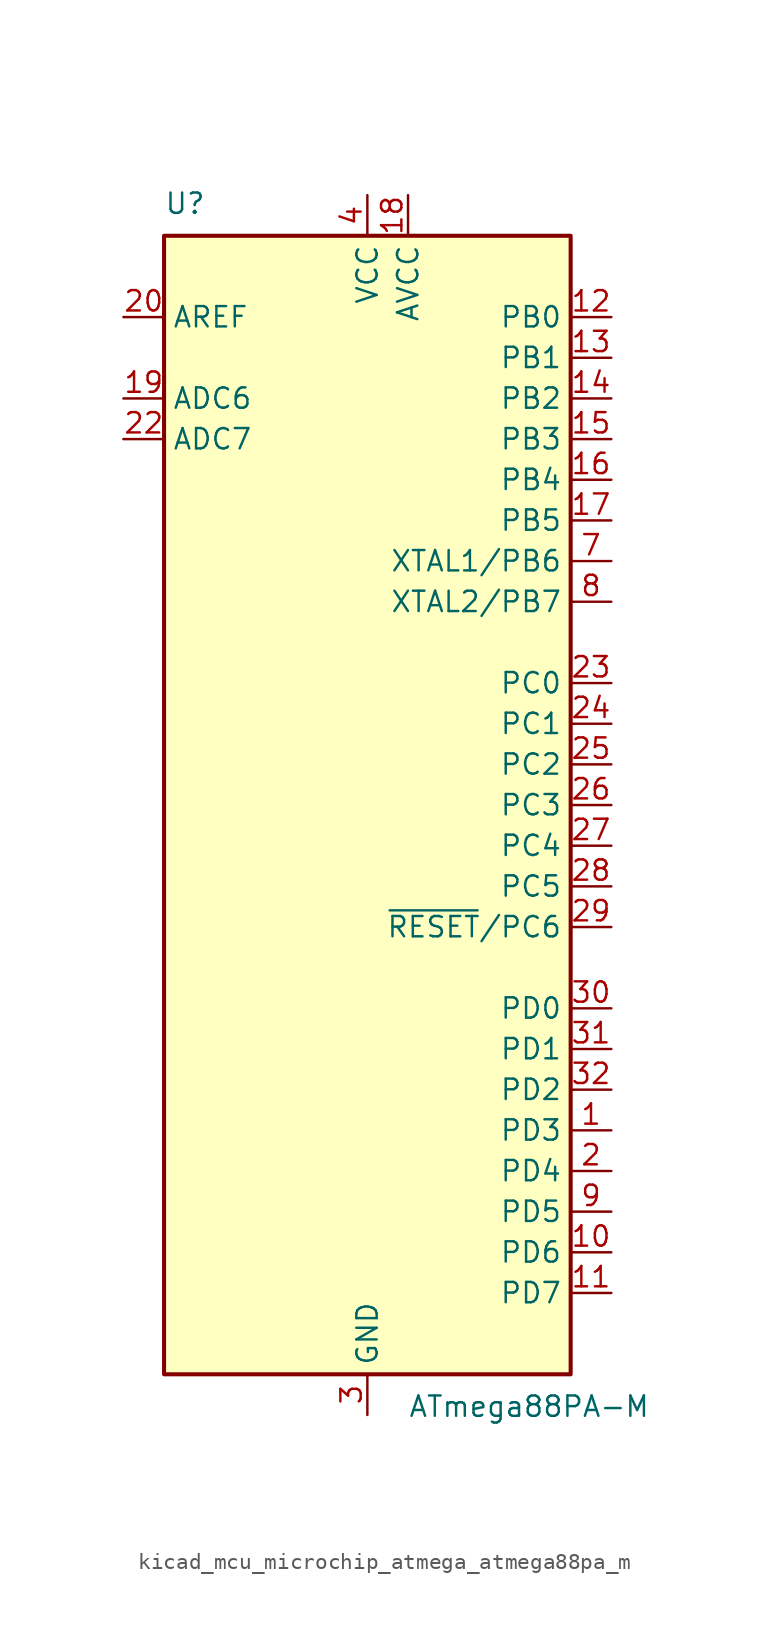
<source format=kicad_sym>
(kicad_symbol_lib
  (version 20220914)
  (generator kicad_symbol_editor)
  (symbol "kicad_mcu_microchip_atmega_atmega88pa_m"
    (property "Reference" "U"
      (at -12.7 36.83 0)
      (effects (font (size 1.27 1.27)) (justify left bottom)))
    (property "Value" "ATmega88PA-M"
      (at 2.54 -36.83 0)
      (effects (font (size 1.27 1.27)) (justify left top)))
    (symbol "kicad_mcu_microchip_atmega_atmega88pa_m_0_1"
      (rectangle (start -12.7 -35.56) (end 12.7 35.56) (stroke (width 0.254) (type default)) (fill (type background))))
    (symbol "kicad_mcu_microchip_atmega_atmega88pa_m_1_1"
      (pin bidirectional line (at 15.24 -20.32 180) (length 2.54) (name "PD3" (effects (font (size 1.27 1.27)))) (number "1" (effects (font (size 1.27 1.27)))))
      (pin bidirectional line (at 15.24 -27.94 180) (length 2.54) (name "PD6" (effects (font (size 1.27 1.27)))) (number "10" (effects (font (size 1.27 1.27)))))
      (pin bidirectional line (at 15.24 -30.48 180) (length 2.54) (name "PD7" (effects (font (size 1.27 1.27)))) (number "11" (effects (font (size 1.27 1.27)))))
      (pin bidirectional line (at 15.24 30.48 180) (length 2.54) (name "PB0" (effects (font (size 1.27 1.27)))) (number "12" (effects (font (size 1.27 1.27)))))
      (pin bidirectional line (at 15.24 27.94 180) (length 2.54) (name "PB1" (effects (font (size 1.27 1.27)))) (number "13" (effects (font (size 1.27 1.27)))))
      (pin bidirectional line (at 15.24 25.4 180) (length 2.54) (name "PB2" (effects (font (size 1.27 1.27)))) (number "14" (effects (font (size 1.27 1.27)))))
      (pin bidirectional line (at 15.24 22.86 180) (length 2.54) (name "PB3" (effects (font (size 1.27 1.27)))) (number "15" (effects (font (size 1.27 1.27)))))
      (pin bidirectional line (at 15.24 20.32 180) (length 2.54) (name "PB4" (effects (font (size 1.27 1.27)))) (number "16" (effects (font (size 1.27 1.27)))))
      (pin bidirectional line (at 15.24 17.78 180) (length 2.54) (name "PB5" (effects (font (size 1.27 1.27)))) (number "17" (effects (font (size 1.27 1.27)))))
      (pin power_in line (at 2.54 38.1 270) (length 2.54) (name "AVCC" (effects (font (size 1.27 1.27)))) (number "18" (effects (font (size 1.27 1.27)))))
      (pin input line (at -15.24 25.4 0) (length 2.54) (name "ADC6" (effects (font (size 1.27 1.27)))) (number "19" (effects (font (size 1.27 1.27)))))
      (pin bidirectional line (at 15.24 -22.86 180) (length 2.54) (name "PD4" (effects (font (size 1.27 1.27)))) (number "2" (effects (font (size 1.27 1.27)))))
      (pin passive line (at -15.24 30.48 0) (length 2.54) (name "AREF" (effects (font (size 1.27 1.27)))) (number "20" (effects (font (size 1.27 1.27)))))
      (pin passive line (at 0 -38.1 90) (length 2.54) hide (name "GND" (effects (font (size 1.27 1.27)))) (number "21" (effects (font (size 1.27 1.27)))))
      (pin input line (at -15.24 22.86 0) (length 2.54) (name "ADC7" (effects (font (size 1.27 1.27)))) (number "22" (effects (font (size 1.27 1.27)))))
      (pin bidirectional line (at 15.24 7.62 180) (length 2.54) (name "PC0" (effects (font (size 1.27 1.27)))) (number "23" (effects (font (size 1.27 1.27)))))
      (pin bidirectional line (at 15.24 5.08 180) (length 2.54) (name "PC1" (effects (font (size 1.27 1.27)))) (number "24" (effects (font (size 1.27 1.27)))))
      (pin bidirectional line (at 15.24 2.54 180) (length 2.54) (name "PC2" (effects (font (size 1.27 1.27)))) (number "25" (effects (font (size 1.27 1.27)))))
      (pin bidirectional line (at 15.24 0 180) (length 2.54) (name "PC3" (effects (font (size 1.27 1.27)))) (number "26" (effects (font (size 1.27 1.27)))))
      (pin bidirectional line (at 15.24 -2.54 180) (length 2.54) (name "PC4" (effects (font (size 1.27 1.27)))) (number "27" (effects (font (size 1.27 1.27)))))
      (pin bidirectional line (at 15.24 -5.08 180) (length 2.54) (name "PC5" (effects (font (size 1.27 1.27)))) (number "28" (effects (font (size 1.27 1.27)))))
      (pin bidirectional line (at 15.24 -7.62 180) (length 2.54) (name "~{RESET}/PC6" (effects (font (size 1.27 1.27)))) (number "29" (effects (font (size 1.27 1.27)))))
      (pin power_in line (at 0 -38.1 90) (length 2.54) (name "GND" (effects (font (size 1.27 1.27)))) (number "3" (effects (font (size 1.27 1.27)))))
      (pin bidirectional line (at 15.24 -12.7 180) (length 2.54) (name "PD0" (effects (font (size 1.27 1.27)))) (number "30" (effects (font (size 1.27 1.27)))))
      (pin bidirectional line (at 15.24 -15.24 180) (length 2.54) (name "PD1" (effects (font (size 1.27 1.27)))) (number "31" (effects (font (size 1.27 1.27)))))
      (pin bidirectional line (at 15.24 -17.78 180) (length 2.54) (name "PD2" (effects (font (size 1.27 1.27)))) (number "32" (effects (font (size 1.27 1.27)))))
      (pin passive line (at 0 -38.1 90) (length 2.54) hide (name "GND" (effects (font (size 1.27 1.27)))) (number "33" (effects (font (size 1.27 1.27)))))
      (pin power_in line (at 0 38.1 270) (length 2.54) (name "VCC" (effects (font (size 1.27 1.27)))) (number "4" (effects (font (size 1.27 1.27)))))
      (pin passive line (at 0 -38.1 90) (length 2.54) hide (name "GND" (effects (font (size 1.27 1.27)))) (number "5" (effects (font (size 1.27 1.27)))))
      (pin passive line (at 0 38.1 270) (length 2.54) hide (name "VCC" (effects (font (size 1.27 1.27)))) (number "6" (effects (font (size 1.27 1.27)))))
      (pin bidirectional line (at 15.24 15.24 180) (length 2.54) (name "XTAL1/PB6" (effects (font (size 1.27 1.27)))) (number "7" (effects (font (size 1.27 1.27)))))
      (pin bidirectional line (at 15.24 12.7 180) (length 2.54) (name "XTAL2/PB7" (effects (font (size 1.27 1.27)))) (number "8" (effects (font (size 1.27 1.27)))))
      (pin bidirectional line (at 15.24 -25.4 180) (length 2.54) (name "PD5" (effects (font (size 1.27 1.27)))) (number "9" (effects (font (size 1.27 1.27))))))))
</source>
